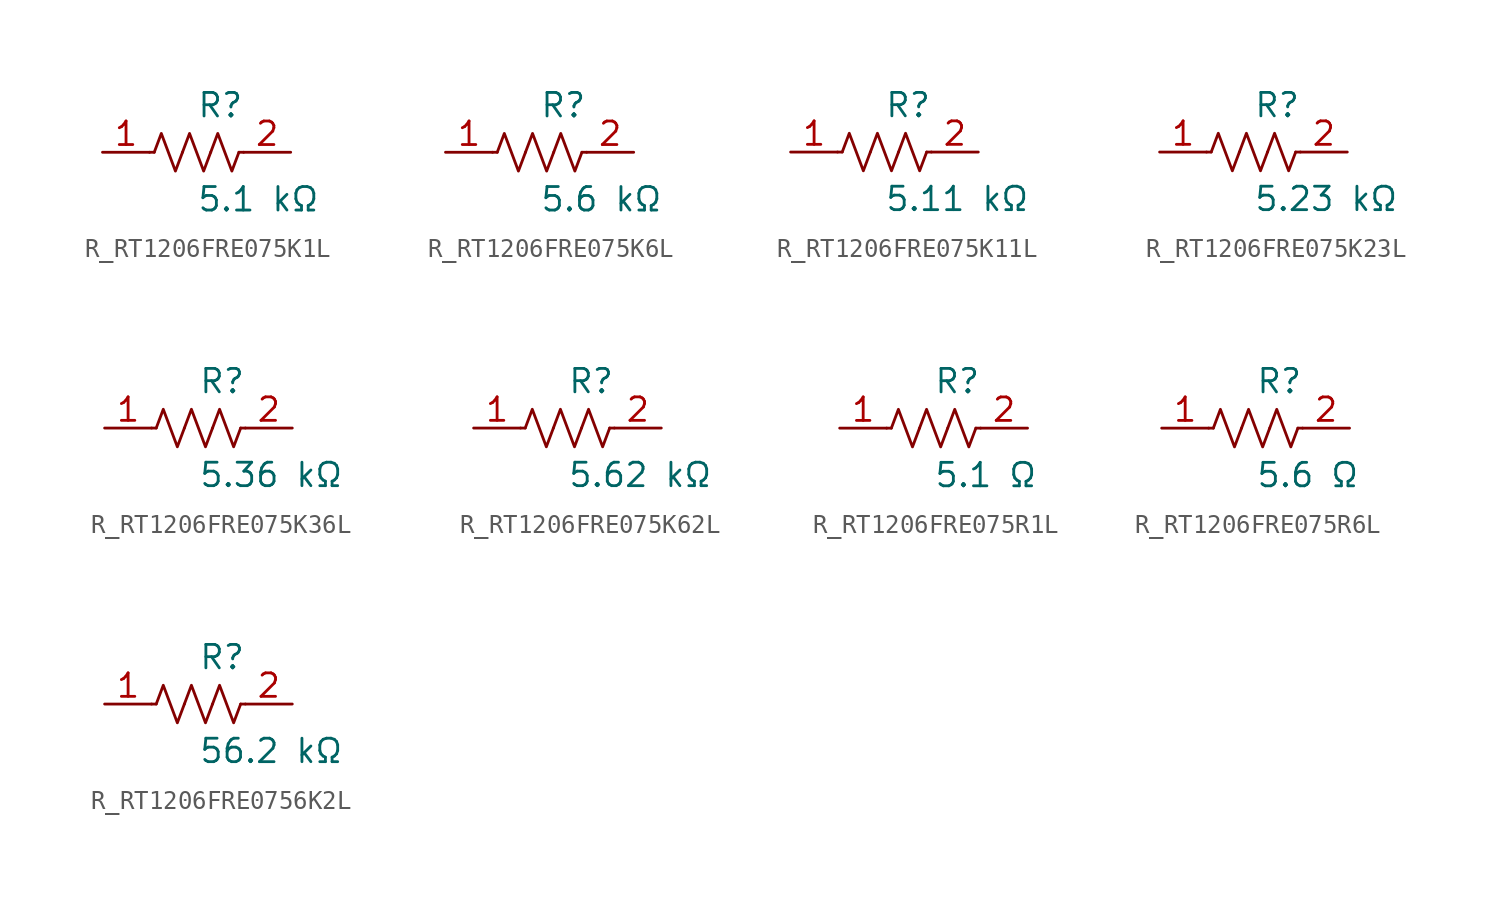
<source format=kicad_sym>
(kicad_symbol_lib
  (version 20231120)
  (generator kicad_symbol_editor)
  (generator_version 8.0)
  (symbol "R_RT1206FRE075K1L"
    (pin_names
      (offset 0.254))
    (property "Reference" "R"
      (at 0 2.54 0)
      (effects (font (size 1.27 1.27)) (justify left)))
    (property "Value" "5.1 kΩ"
      (at 0 -2.54 0)
      (effects (font (size 1.27 1.27)) (justify left)))
    (symbol "R_RT1206FRE075K1L_0_1"
      (polyline (pts (xy 2.286 0) (xy 2.54 0)) (stroke (width 0) (type default)) (fill (type none)))
      (polyline (pts (xy -2.286 0) (xy -2.54 0)) (stroke (width 0) (type default)) (fill (type none)))
      (polyline (pts (xy 0.762 0) (xy 1.143 1.016) (xy 1.524 0) (xy 1.905 -1.016) (xy 2.286 0)) (stroke (width 0) (type default)) (fill (type none)))
      (polyline (pts (xy -0.762 0) (xy -0.381 1.016) (xy 0 0) (xy 0.381 -1.016) (xy 0.762 0)) (stroke (width 0) (type default)) (fill (type none)))
      (polyline (pts (xy -2.286 0) (xy -1.905 1.016) (xy -1.524 0) (xy -1.143 -1.016) (xy -0.762 0)) (stroke (width 0) (type default)) (fill (type none))))
    (pin unspecified line
      (at -5.08 0 0)
      (length 2.54)
      (name "" (effects (font (size 1.27 1.27))))
      (number "1" (effects (font (size 1.27 1.27)))))
    (pin unspecified line
      (at 5.08 0 180)
      (length 2.54)
      (name "" (effects (font (size 1.27 1.27))))
      (number "2" (effects (font (size 1.27 1.27))))))
  (symbol "R_RT1206FRE075K6L"
    (pin_names
      (offset 0.254))
    (property "Reference" "R"
      (at 0 2.54 0)
      (effects (font (size 1.27 1.27)) (justify left)))
    (property "Value" "5.6 kΩ"
      (at 0 -2.54 0)
      (effects (font (size 1.27 1.27)) (justify left)))
    (symbol "R_RT1206FRE075K6L_0_1"
      (polyline (pts (xy 2.286 0) (xy 2.54 0)) (stroke (width 0) (type default)) (fill (type none)))
      (polyline (pts (xy -2.286 0) (xy -2.54 0)) (stroke (width 0) (type default)) (fill (type none)))
      (polyline (pts (xy 0.762 0) (xy 1.143 1.016) (xy 1.524 0) (xy 1.905 -1.016) (xy 2.286 0)) (stroke (width 0) (type default)) (fill (type none)))
      (polyline (pts (xy -0.762 0) (xy -0.381 1.016) (xy 0 0) (xy 0.381 -1.016) (xy 0.762 0)) (stroke (width 0) (type default)) (fill (type none)))
      (polyline (pts (xy -2.286 0) (xy -1.905 1.016) (xy -1.524 0) (xy -1.143 -1.016) (xy -0.762 0)) (stroke (width 0) (type default)) (fill (type none))))
    (pin unspecified line
      (at -5.08 0 0)
      (length 2.54)
      (name "" (effects (font (size 1.27 1.27))))
      (number "1" (effects (font (size 1.27 1.27)))))
    (pin unspecified line
      (at 5.08 0 180)
      (length 2.54)
      (name "" (effects (font (size 1.27 1.27))))
      (number "2" (effects (font (size 1.27 1.27))))))
  (symbol "R_RT1206FRE075K11L"
    (pin_names
      (offset 0.254))
    (property "Reference" "R"
      (at 0 2.54 0)
      (effects (font (size 1.27 1.27)) (justify left)))
    (property "Value" "5.11 kΩ"
      (at 0 -2.54 0)
      (effects (font (size 1.27 1.27)) (justify left)))
    (symbol "R_RT1206FRE075K11L_0_1"
      (polyline (pts (xy 2.286 0) (xy 2.54 0)) (stroke (width 0) (type default)) (fill (type none)))
      (polyline (pts (xy -2.286 0) (xy -2.54 0)) (stroke (width 0) (type default)) (fill (type none)))
      (polyline (pts (xy 0.762 0) (xy 1.143 1.016) (xy 1.524 0) (xy 1.905 -1.016) (xy 2.286 0)) (stroke (width 0) (type default)) (fill (type none)))
      (polyline (pts (xy -0.762 0) (xy -0.381 1.016) (xy 0 0) (xy 0.381 -1.016) (xy 0.762 0)) (stroke (width 0) (type default)) (fill (type none)))
      (polyline (pts (xy -2.286 0) (xy -1.905 1.016) (xy -1.524 0) (xy -1.143 -1.016) (xy -0.762 0)) (stroke (width 0) (type default)) (fill (type none))))
    (pin unspecified line
      (at -5.08 0 0)
      (length 2.54)
      (name "" (effects (font (size 1.27 1.27))))
      (number "1" (effects (font (size 1.27 1.27)))))
    (pin unspecified line
      (at 5.08 0 180)
      (length 2.54)
      (name "" (effects (font (size 1.27 1.27))))
      (number "2" (effects (font (size 1.27 1.27))))))
  (symbol "R_RT1206FRE075K23L"
    (pin_names
      (offset 0.254))
    (property "Reference" "R"
      (at 0 2.54 0)
      (effects (font (size 1.27 1.27)) (justify left)))
    (property "Value" "5.23 kΩ"
      (at 0 -2.54 0)
      (effects (font (size 1.27 1.27)) (justify left)))
    (symbol "R_RT1206FRE075K23L_0_1"
      (polyline (pts (xy 2.286 0) (xy 2.54 0)) (stroke (width 0) (type default)) (fill (type none)))
      (polyline (pts (xy -2.286 0) (xy -2.54 0)) (stroke (width 0) (type default)) (fill (type none)))
      (polyline (pts (xy 0.762 0) (xy 1.143 1.016) (xy 1.524 0) (xy 1.905 -1.016) (xy 2.286 0)) (stroke (width 0) (type default)) (fill (type none)))
      (polyline (pts (xy -0.762 0) (xy -0.381 1.016) (xy 0 0) (xy 0.381 -1.016) (xy 0.762 0)) (stroke (width 0) (type default)) (fill (type none)))
      (polyline (pts (xy -2.286 0) (xy -1.905 1.016) (xy -1.524 0) (xy -1.143 -1.016) (xy -0.762 0)) (stroke (width 0) (type default)) (fill (type none))))
    (pin unspecified line
      (at -5.08 0 0)
      (length 2.54)
      (name "" (effects (font (size 1.27 1.27))))
      (number "1" (effects (font (size 1.27 1.27)))))
    (pin unspecified line
      (at 5.08 0 180)
      (length 2.54)
      (name "" (effects (font (size 1.27 1.27))))
      (number "2" (effects (font (size 1.27 1.27))))))
  (symbol "R_RT1206FRE075K36L"
    (pin_names
      (offset 0.254))
    (property "Reference" "R"
      (at 0 2.54 0)
      (effects (font (size 1.27 1.27)) (justify left)))
    (property "Value" "5.36 kΩ"
      (at 0 -2.54 0)
      (effects (font (size 1.27 1.27)) (justify left)))
    (symbol "R_RT1206FRE075K36L_0_1"
      (polyline (pts (xy 2.286 0) (xy 2.54 0)) (stroke (width 0) (type default)) (fill (type none)))
      (polyline (pts (xy -2.286 0) (xy -2.54 0)) (stroke (width 0) (type default)) (fill (type none)))
      (polyline (pts (xy 0.762 0) (xy 1.143 1.016) (xy 1.524 0) (xy 1.905 -1.016) (xy 2.286 0)) (stroke (width 0) (type default)) (fill (type none)))
      (polyline (pts (xy -0.762 0) (xy -0.381 1.016) (xy 0 0) (xy 0.381 -1.016) (xy 0.762 0)) (stroke (width 0) (type default)) (fill (type none)))
      (polyline (pts (xy -2.286 0) (xy -1.905 1.016) (xy -1.524 0) (xy -1.143 -1.016) (xy -0.762 0)) (stroke (width 0) (type default)) (fill (type none))))
    (pin unspecified line
      (at -5.08 0 0)
      (length 2.54)
      (name "" (effects (font (size 1.27 1.27))))
      (number "1" (effects (font (size 1.27 1.27)))))
    (pin unspecified line
      (at 5.08 0 180)
      (length 2.54)
      (name "" (effects (font (size 1.27 1.27))))
      (number "2" (effects (font (size 1.27 1.27))))))
  (symbol "R_RT1206FRE075K62L"
    (pin_names
      (offset 0.254))
    (property "Reference" "R"
      (at 0 2.54 0)
      (effects (font (size 1.27 1.27)) (justify left)))
    (property "Value" "5.62 kΩ"
      (at 0 -2.54 0)
      (effects (font (size 1.27 1.27)) (justify left)))
    (symbol "R_RT1206FRE075K62L_0_1"
      (polyline (pts (xy 2.286 0) (xy 2.54 0)) (stroke (width 0) (type default)) (fill (type none)))
      (polyline (pts (xy -2.286 0) (xy -2.54 0)) (stroke (width 0) (type default)) (fill (type none)))
      (polyline (pts (xy 0.762 0) (xy 1.143 1.016) (xy 1.524 0) (xy 1.905 -1.016) (xy 2.286 0)) (stroke (width 0) (type default)) (fill (type none)))
      (polyline (pts (xy -0.762 0) (xy -0.381 1.016) (xy 0 0) (xy 0.381 -1.016) (xy 0.762 0)) (stroke (width 0) (type default)) (fill (type none)))
      (polyline (pts (xy -2.286 0) (xy -1.905 1.016) (xy -1.524 0) (xy -1.143 -1.016) (xy -0.762 0)) (stroke (width 0) (type default)) (fill (type none))))
    (pin unspecified line
      (at -5.08 0 0)
      (length 2.54)
      (name "" (effects (font (size 1.27 1.27))))
      (number "1" (effects (font (size 1.27 1.27)))))
    (pin unspecified line
      (at 5.08 0 180)
      (length 2.54)
      (name "" (effects (font (size 1.27 1.27))))
      (number "2" (effects (font (size 1.27 1.27))))))
  (symbol "R_RT1206FRE075R1L"
    (pin_names
      (offset 0.254))
    (property "Reference" "R"
      (at 0 2.54 0)
      (effects (font (size 1.27 1.27)) (justify left)))
    (property "Value" "5.1 Ω"
      (at 0 -2.54 0)
      (effects (font (size 1.27 1.27)) (justify left)))
    (symbol "R_RT1206FRE075R1L_0_1"
      (polyline (pts (xy 2.286 0) (xy 2.54 0)) (stroke (width 0) (type default)) (fill (type none)))
      (polyline (pts (xy -2.286 0) (xy -2.54 0)) (stroke (width 0) (type default)) (fill (type none)))
      (polyline (pts (xy 0.762 0) (xy 1.143 1.016) (xy 1.524 0) (xy 1.905 -1.016) (xy 2.286 0)) (stroke (width 0) (type default)) (fill (type none)))
      (polyline (pts (xy -0.762 0) (xy -0.381 1.016) (xy 0 0) (xy 0.381 -1.016) (xy 0.762 0)) (stroke (width 0) (type default)) (fill (type none)))
      (polyline (pts (xy -2.286 0) (xy -1.905 1.016) (xy -1.524 0) (xy -1.143 -1.016) (xy -0.762 0)) (stroke (width 0) (type default)) (fill (type none))))
    (pin unspecified line
      (at -5.08 0 0)
      (length 2.54)
      (name "" (effects (font (size 1.27 1.27))))
      (number "1" (effects (font (size 1.27 1.27)))))
    (pin unspecified line
      (at 5.08 0 180)
      (length 2.54)
      (name "" (effects (font (size 1.27 1.27))))
      (number "2" (effects (font (size 1.27 1.27))))))
  (symbol "R_RT1206FRE075R6L"
    (pin_names
      (offset 0.254))
    (property "Reference" "R"
      (at 0 2.54 0)
      (effects (font (size 1.27 1.27)) (justify left)))
    (property "Value" "5.6 Ω"
      (at 0 -2.54 0)
      (effects (font (size 1.27 1.27)) (justify left)))
    (symbol "R_RT1206FRE075R6L_0_1"
      (polyline (pts (xy 2.286 0) (xy 2.54 0)) (stroke (width 0) (type default)) (fill (type none)))
      (polyline (pts (xy -2.286 0) (xy -2.54 0)) (stroke (width 0) (type default)) (fill (type none)))
      (polyline (pts (xy 0.762 0) (xy 1.143 1.016) (xy 1.524 0) (xy 1.905 -1.016) (xy 2.286 0)) (stroke (width 0) (type default)) (fill (type none)))
      (polyline (pts (xy -0.762 0) (xy -0.381 1.016) (xy 0 0) (xy 0.381 -1.016) (xy 0.762 0)) (stroke (width 0) (type default)) (fill (type none)))
      (polyline (pts (xy -2.286 0) (xy -1.905 1.016) (xy -1.524 0) (xy -1.143 -1.016) (xy -0.762 0)) (stroke (width 0) (type default)) (fill (type none))))
    (pin unspecified line
      (at -5.08 0 0)
      (length 2.54)
      (name "" (effects (font (size 1.27 1.27))))
      (number "1" (effects (font (size 1.27 1.27)))))
    (pin unspecified line
      (at 5.08 0 180)
      (length 2.54)
      (name "" (effects (font (size 1.27 1.27))))
      (number "2" (effects (font (size 1.27 1.27))))))
  (symbol "R_RT1206FRE0756K2L"
    (pin_names
      (offset 0.254))
    (property "Reference" "R"
      (at 0 2.54 0)
      (effects (font (size 1.27 1.27)) (justify left)))
    (property "Value" "56.2 kΩ"
      (at 0 -2.54 0)
      (effects (font (size 1.27 1.27)) (justify left)))
    (symbol "R_RT1206FRE0756K2L_0_1"
      (polyline (pts (xy 2.286 0) (xy 2.54 0)) (stroke (width 0) (type default)) (fill (type none)))
      (polyline (pts (xy -2.286 0) (xy -2.54 0)) (stroke (width 0) (type default)) (fill (type none)))
      (polyline (pts (xy 0.762 0) (xy 1.143 1.016) (xy 1.524 0) (xy 1.905 -1.016) (xy 2.286 0)) (stroke (width 0) (type default)) (fill (type none)))
      (polyline (pts (xy -0.762 0) (xy -0.381 1.016) (xy 0 0) (xy 0.381 -1.016) (xy 0.762 0)) (stroke (width 0) (type default)) (fill (type none)))
      (polyline (pts (xy -2.286 0) (xy -1.905 1.016) (xy -1.524 0) (xy -1.143 -1.016) (xy -0.762 0)) (stroke (width 0) (type default)) (fill (type none))))
    (pin unspecified line
      (at -5.08 0 0)
      (length 2.54)
      (name "" (effects (font (size 1.27 1.27))))
      (number "1" (effects (font (size 1.27 1.27)))))
    (pin unspecified line
      (at 5.08 0 180)
      (length 2.54)
      (name "" (effects (font (size 1.27 1.27))))
      (number "2" (effects (font (size 1.27 1.27)))))))
</source>
